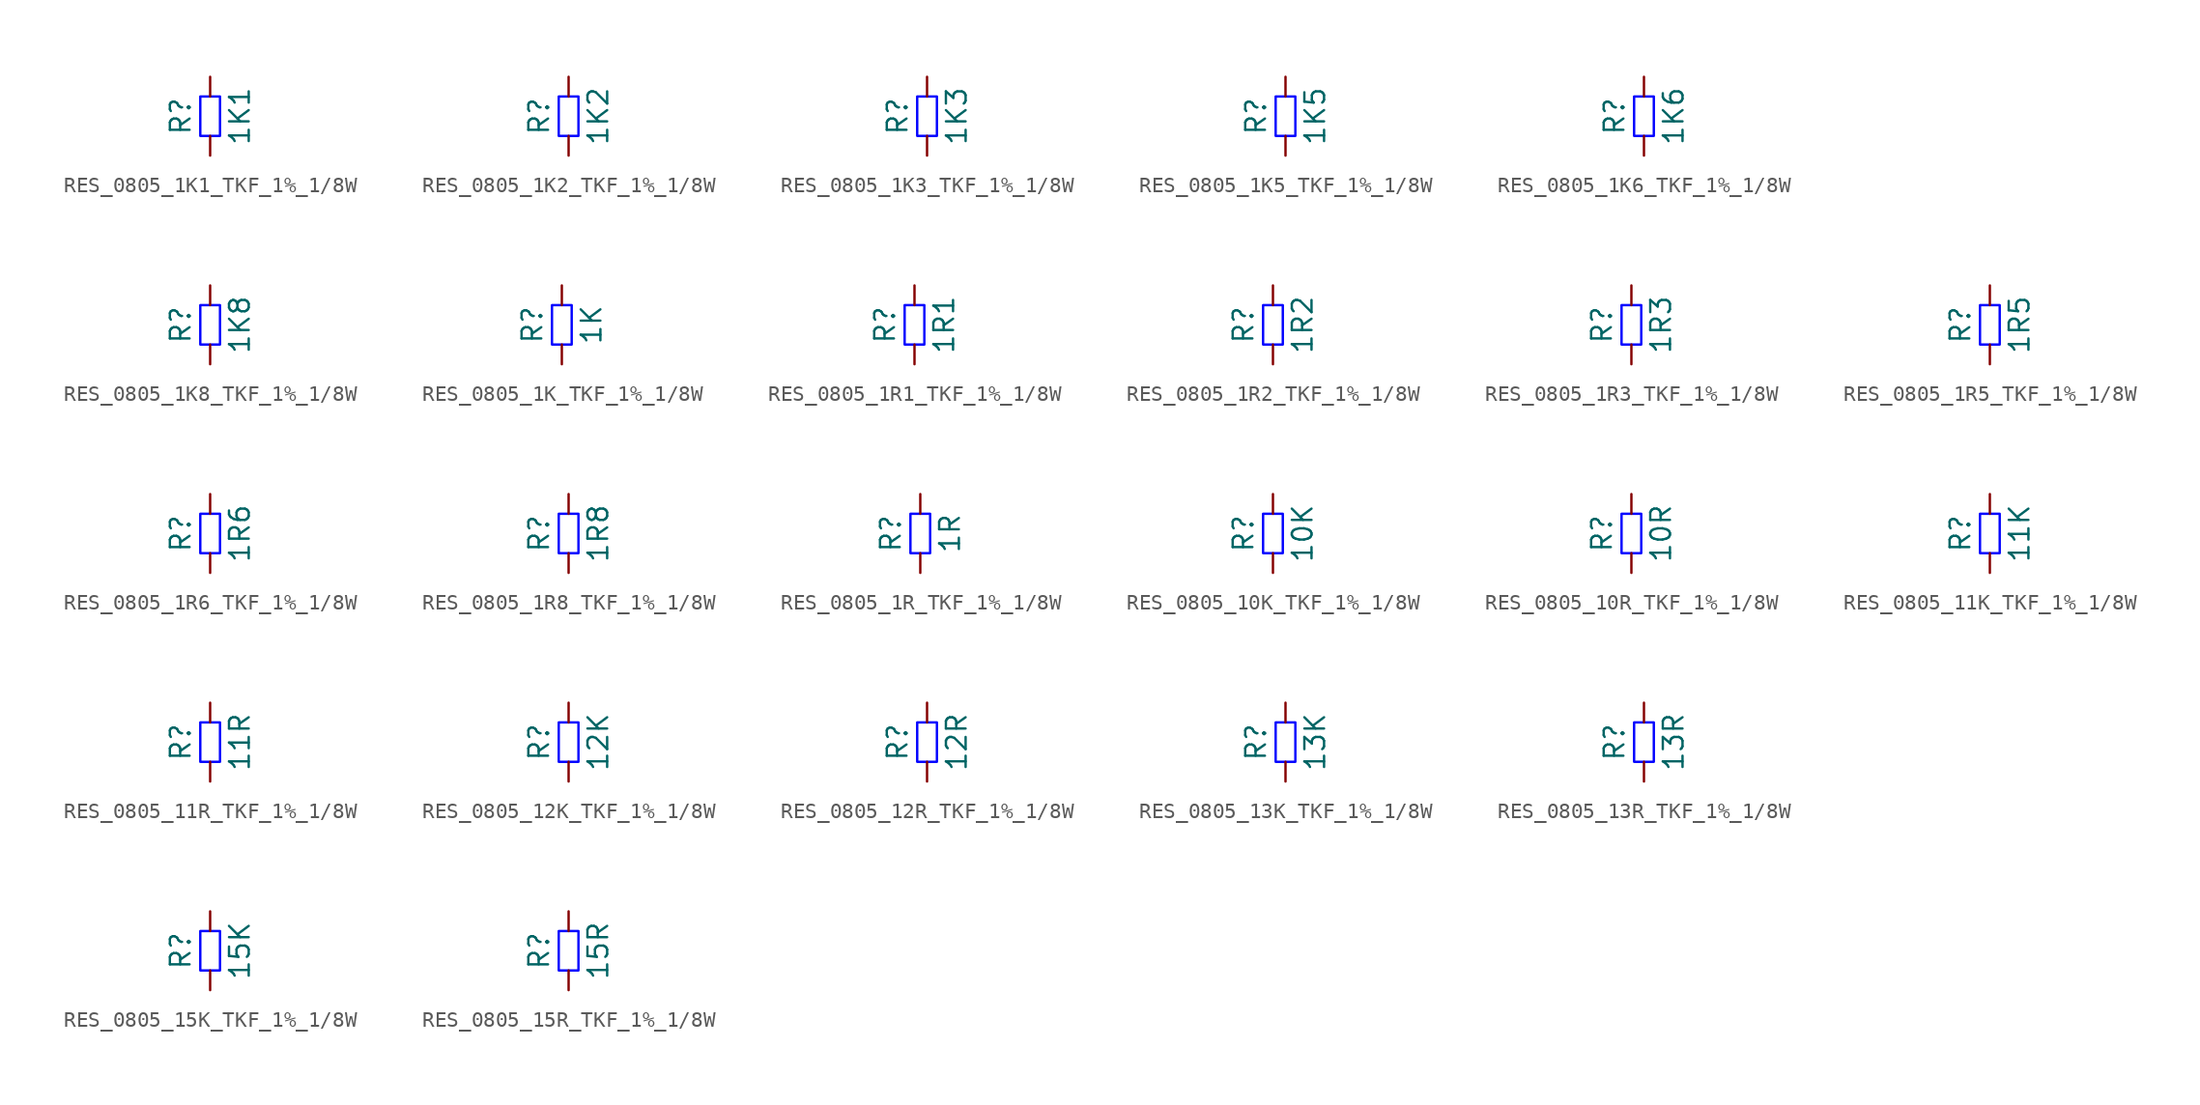
<source format=kicad_sym>
(kicad_symbol_lib
  (version 20220914)
  (generator kicad_symbol_editor)
  (symbol "RES_0805_1K1_TKF_1%_1/8W"
    (pin_numbers hide)
    (pin_names
      (offset 0) hide)
    (property "Reference" "R"
      (at -1.905 0 90)
      (do_not_autoplace)
      (effects (font (size 1.27 1.27))))
    (property "Value" "1K1"
      (at 1.905 0 90)
      (do_not_autoplace)
      (effects (font (size 1.27 1.27))))
    (symbol "RES_0805_1K1_TKF_1%_1/8W_1_1"
      (rectangle (start -0.635 -1.27) (end 0.635 1.27) (stroke (width 0) (type solid) (color 0 0 255 1)) (fill (type none)))
      (pin passive line (at 0 -2.54 90) (length 1.27) (name "~" (effects (font (size 1.27 1.27)))) (number "1" (effects (font (size 1.27 1.27)))))
      (pin passive line (at 0 2.54 270) (length 1.27) (name "~" (effects (font (size 1.27 1.27)))) (number "2" (effects (font (size 1.27 1.27)))))))
  (symbol "RES_0805_1K2_TKF_1%_1/8W"
    (pin_numbers hide)
    (pin_names
      (offset 0) hide)
    (property "Reference" "R"
      (at -1.905 0 90)
      (do_not_autoplace)
      (effects (font (size 1.27 1.27))))
    (property "Value" "1K2"
      (at 1.905 0 90)
      (do_not_autoplace)
      (effects (font (size 1.27 1.27))))
    (symbol "RES_0805_1K2_TKF_1%_1/8W_1_1"
      (rectangle (start -0.635 -1.27) (end 0.635 1.27) (stroke (width 0) (type solid) (color 0 0 255 1)) (fill (type none)))
      (pin passive line (at 0 -2.54 90) (length 1.27) (name "~" (effects (font (size 1.27 1.27)))) (number "1" (effects (font (size 1.27 1.27)))))
      (pin passive line (at 0 2.54 270) (length 1.27) (name "~" (effects (font (size 1.27 1.27)))) (number "2" (effects (font (size 1.27 1.27)))))))
  (symbol "RES_0805_1K3_TKF_1%_1/8W"
    (pin_numbers hide)
    (pin_names
      (offset 0) hide)
    (property "Reference" "R"
      (at -1.905 0 90)
      (do_not_autoplace)
      (effects (font (size 1.27 1.27))))
    (property "Value" "1K3"
      (at 1.905 0 90)
      (do_not_autoplace)
      (effects (font (size 1.27 1.27))))
    (symbol "RES_0805_1K3_TKF_1%_1/8W_1_1"
      (rectangle (start -0.635 -1.27) (end 0.635 1.27) (stroke (width 0) (type solid) (color 0 0 255 1)) (fill (type none)))
      (pin passive line (at 0 -2.54 90) (length 1.27) (name "~" (effects (font (size 1.27 1.27)))) (number "1" (effects (font (size 1.27 1.27)))))
      (pin passive line (at 0 2.54 270) (length 1.27) (name "~" (effects (font (size 1.27 1.27)))) (number "2" (effects (font (size 1.27 1.27)))))))
  (symbol "RES_0805_1K5_TKF_1%_1/8W"
    (pin_numbers hide)
    (pin_names
      (offset 0) hide)
    (property "Reference" "R"
      (at -1.905 0 90)
      (do_not_autoplace)
      (effects (font (size 1.27 1.27))))
    (property "Value" "1K5"
      (at 1.905 0 90)
      (do_not_autoplace)
      (effects (font (size 1.27 1.27))))
    (symbol "RES_0805_1K5_TKF_1%_1/8W_1_1"
      (rectangle (start -0.635 -1.27) (end 0.635 1.27) (stroke (width 0) (type solid) (color 0 0 255 1)) (fill (type none)))
      (pin passive line (at 0 -2.54 90) (length 1.27) (name "~" (effects (font (size 1.27 1.27)))) (number "1" (effects (font (size 1.27 1.27)))))
      (pin passive line (at 0 2.54 270) (length 1.27) (name "~" (effects (font (size 1.27 1.27)))) (number "2" (effects (font (size 1.27 1.27)))))))
  (symbol "RES_0805_1K6_TKF_1%_1/8W"
    (pin_numbers hide)
    (pin_names
      (offset 0) hide)
    (property "Reference" "R"
      (at -1.905 0 90)
      (do_not_autoplace)
      (effects (font (size 1.27 1.27))))
    (property "Value" "1K6"
      (at 1.905 0 90)
      (do_not_autoplace)
      (effects (font (size 1.27 1.27))))
    (symbol "RES_0805_1K6_TKF_1%_1/8W_1_1"
      (rectangle (start -0.635 -1.27) (end 0.635 1.27) (stroke (width 0) (type solid) (color 0 0 255 1)) (fill (type none)))
      (pin passive line (at 0 -2.54 90) (length 1.27) (name "~" (effects (font (size 1.27 1.27)))) (number "1" (effects (font (size 1.27 1.27)))))
      (pin passive line (at 0 2.54 270) (length 1.27) (name "~" (effects (font (size 1.27 1.27)))) (number "2" (effects (font (size 1.27 1.27)))))))
  (symbol "RES_0805_1K8_TKF_1%_1/8W"
    (pin_numbers hide)
    (pin_names
      (offset 0) hide)
    (property "Reference" "R"
      (at -1.905 0 90)
      (do_not_autoplace)
      (effects (font (size 1.27 1.27))))
    (property "Value" "1K8"
      (at 1.905 0 90)
      (do_not_autoplace)
      (effects (font (size 1.27 1.27))))
    (symbol "RES_0805_1K8_TKF_1%_1/8W_1_1"
      (rectangle (start -0.635 -1.27) (end 0.635 1.27) (stroke (width 0) (type solid) (color 0 0 255 1)) (fill (type none)))
      (pin passive line (at 0 -2.54 90) (length 1.27) (name "~" (effects (font (size 1.27 1.27)))) (number "1" (effects (font (size 1.27 1.27)))))
      (pin passive line (at 0 2.54 270) (length 1.27) (name "~" (effects (font (size 1.27 1.27)))) (number "2" (effects (font (size 1.27 1.27)))))))
  (symbol "RES_0805_1K_TKF_1%_1/8W"
    (pin_numbers hide)
    (pin_names
      (offset 0) hide)
    (property "Reference" "R"
      (at -1.905 0 90)
      (do_not_autoplace)
      (effects (font (size 1.27 1.27))))
    (property "Value" "1K"
      (at 1.905 0 90)
      (do_not_autoplace)
      (effects (font (size 1.27 1.27))))
    (symbol "RES_0805_1K_TKF_1%_1/8W_1_1"
      (rectangle (start -0.635 -1.27) (end 0.635 1.27) (stroke (width 0) (type solid) (color 0 0 255 1)) (fill (type none)))
      (pin passive line (at 0 -2.54 90) (length 1.27) (name "~" (effects (font (size 1.27 1.27)))) (number "1" (effects (font (size 1.27 1.27)))))
      (pin passive line (at 0 2.54 270) (length 1.27) (name "~" (effects (font (size 1.27 1.27)))) (number "2" (effects (font (size 1.27 1.27)))))))
  (symbol "RES_0805_1R1_TKF_1%_1/8W"
    (pin_numbers hide)
    (pin_names
      (offset 0) hide)
    (property "Reference" "R"
      (at -1.905 0 90)
      (do_not_autoplace)
      (effects (font (size 1.27 1.27))))
    (property "Value" "1R1"
      (at 1.905 0 90)
      (do_not_autoplace)
      (effects (font (size 1.27 1.27))))
    (symbol "RES_0805_1R1_TKF_1%_1/8W_1_1"
      (rectangle (start -0.635 -1.27) (end 0.635 1.27) (stroke (width 0) (type solid) (color 0 0 255 1)) (fill (type none)))
      (pin passive line (at 0 -2.54 90) (length 1.27) (name "~" (effects (font (size 1.27 1.27)))) (number "1" (effects (font (size 1.27 1.27)))))
      (pin passive line (at 0 2.54 270) (length 1.27) (name "~" (effects (font (size 1.27 1.27)))) (number "2" (effects (font (size 1.27 1.27)))))))
  (symbol "RES_0805_1R2_TKF_1%_1/8W"
    (pin_numbers hide)
    (pin_names
      (offset 0) hide)
    (property "Reference" "R"
      (at -1.905 0 90)
      (do_not_autoplace)
      (effects (font (size 1.27 1.27))))
    (property "Value" "1R2"
      (at 1.905 0 90)
      (do_not_autoplace)
      (effects (font (size 1.27 1.27))))
    (symbol "RES_0805_1R2_TKF_1%_1/8W_1_1"
      (rectangle (start -0.635 -1.27) (end 0.635 1.27) (stroke (width 0) (type solid) (color 0 0 255 1)) (fill (type none)))
      (pin passive line (at 0 -2.54 90) (length 1.27) (name "~" (effects (font (size 1.27 1.27)))) (number "1" (effects (font (size 1.27 1.27)))))
      (pin passive line (at 0 2.54 270) (length 1.27) (name "~" (effects (font (size 1.27 1.27)))) (number "2" (effects (font (size 1.27 1.27)))))))
  (symbol "RES_0805_1R3_TKF_1%_1/8W"
    (pin_numbers hide)
    (pin_names
      (offset 0) hide)
    (property "Reference" "R"
      (at -1.905 0 90)
      (do_not_autoplace)
      (effects (font (size 1.27 1.27))))
    (property "Value" "1R3"
      (at 1.905 0 90)
      (do_not_autoplace)
      (effects (font (size 1.27 1.27))))
    (symbol "RES_0805_1R3_TKF_1%_1/8W_1_1"
      (rectangle (start -0.635 -1.27) (end 0.635 1.27) (stroke (width 0) (type solid) (color 0 0 255 1)) (fill (type none)))
      (pin passive line (at 0 -2.54 90) (length 1.27) (name "~" (effects (font (size 1.27 1.27)))) (number "1" (effects (font (size 1.27 1.27)))))
      (pin passive line (at 0 2.54 270) (length 1.27) (name "~" (effects (font (size 1.27 1.27)))) (number "2" (effects (font (size 1.27 1.27)))))))
  (symbol "RES_0805_1R5_TKF_1%_1/8W"
    (pin_numbers hide)
    (pin_names
      (offset 0) hide)
    (property "Reference" "R"
      (at -1.905 0 90)
      (do_not_autoplace)
      (effects (font (size 1.27 1.27))))
    (property "Value" "1R5"
      (at 1.905 0 90)
      (do_not_autoplace)
      (effects (font (size 1.27 1.27))))
    (symbol "RES_0805_1R5_TKF_1%_1/8W_1_1"
      (rectangle (start -0.635 -1.27) (end 0.635 1.27) (stroke (width 0) (type solid) (color 0 0 255 1)) (fill (type none)))
      (pin passive line (at 0 -2.54 90) (length 1.27) (name "~" (effects (font (size 1.27 1.27)))) (number "1" (effects (font (size 1.27 1.27)))))
      (pin passive line (at 0 2.54 270) (length 1.27) (name "~" (effects (font (size 1.27 1.27)))) (number "2" (effects (font (size 1.27 1.27)))))))
  (symbol "RES_0805_1R6_TKF_1%_1/8W"
    (pin_numbers hide)
    (pin_names
      (offset 0) hide)
    (property "Reference" "R"
      (at -1.905 0 90)
      (do_not_autoplace)
      (effects (font (size 1.27 1.27))))
    (property "Value" "1R6"
      (at 1.905 0 90)
      (do_not_autoplace)
      (effects (font (size 1.27 1.27))))
    (symbol "RES_0805_1R6_TKF_1%_1/8W_1_1"
      (rectangle (start -0.635 -1.27) (end 0.635 1.27) (stroke (width 0) (type solid) (color 0 0 255 1)) (fill (type none)))
      (pin passive line (at 0 -2.54 90) (length 1.27) (name "~" (effects (font (size 1.27 1.27)))) (number "1" (effects (font (size 1.27 1.27)))))
      (pin passive line (at 0 2.54 270) (length 1.27) (name "~" (effects (font (size 1.27 1.27)))) (number "2" (effects (font (size 1.27 1.27)))))))
  (symbol "RES_0805_1R8_TKF_1%_1/8W"
    (pin_numbers hide)
    (pin_names
      (offset 0) hide)
    (property "Reference" "R"
      (at -1.905 0 90)
      (do_not_autoplace)
      (effects (font (size 1.27 1.27))))
    (property "Value" "1R8"
      (at 1.905 0 90)
      (do_not_autoplace)
      (effects (font (size 1.27 1.27))))
    (symbol "RES_0805_1R8_TKF_1%_1/8W_1_1"
      (rectangle (start -0.635 -1.27) (end 0.635 1.27) (stroke (width 0) (type solid) (color 0 0 255 1)) (fill (type none)))
      (pin passive line (at 0 -2.54 90) (length 1.27) (name "~" (effects (font (size 1.27 1.27)))) (number "1" (effects (font (size 1.27 1.27)))))
      (pin passive line (at 0 2.54 270) (length 1.27) (name "~" (effects (font (size 1.27 1.27)))) (number "2" (effects (font (size 1.27 1.27)))))))
  (symbol "RES_0805_1R_TKF_1%_1/8W"
    (pin_numbers hide)
    (pin_names
      (offset 0) hide)
    (property "Reference" "R"
      (at -1.905 0 90)
      (do_not_autoplace)
      (effects (font (size 1.27 1.27))))
    (property "Value" "1R"
      (at 1.905 0 90)
      (do_not_autoplace)
      (effects (font (size 1.27 1.27))))
    (symbol "RES_0805_1R_TKF_1%_1/8W_1_1"
      (rectangle (start -0.635 -1.27) (end 0.635 1.27) (stroke (width 0) (type solid) (color 0 0 255 1)) (fill (type none)))
      (pin passive line (at 0 -2.54 90) (length 1.27) (name "~" (effects (font (size 1.27 1.27)))) (number "1" (effects (font (size 1.27 1.27)))))
      (pin passive line (at 0 2.54 270) (length 1.27) (name "~" (effects (font (size 1.27 1.27)))) (number "2" (effects (font (size 1.27 1.27)))))))
  (symbol "RES_0805_10K_TKF_1%_1/8W"
    (pin_numbers hide)
    (pin_names
      (offset 0) hide)
    (property "Reference" "R"
      (at -1.905 0 90)
      (do_not_autoplace)
      (effects (font (size 1.27 1.27))))
    (property "Value" "10K"
      (at 1.905 0 90)
      (do_not_autoplace)
      (effects (font (size 1.27 1.27))))
    (symbol "RES_0805_10K_TKF_1%_1/8W_1_1"
      (rectangle (start -0.635 -1.27) (end 0.635 1.27) (stroke (width 0) (type solid) (color 0 0 255 1)) (fill (type none)))
      (pin passive line (at 0 -2.54 90) (length 1.27) (name "~" (effects (font (size 1.27 1.27)))) (number "1" (effects (font (size 1.27 1.27)))))
      (pin passive line (at 0 2.54 270) (length 1.27) (name "~" (effects (font (size 1.27 1.27)))) (number "2" (effects (font (size 1.27 1.27)))))))
  (symbol "RES_0805_10R_TKF_1%_1/8W"
    (pin_numbers hide)
    (pin_names
      (offset 0) hide)
    (property "Reference" "R"
      (at -1.905 0 90)
      (do_not_autoplace)
      (effects (font (size 1.27 1.27))))
    (property "Value" "10R"
      (at 1.905 0 90)
      (do_not_autoplace)
      (effects (font (size 1.27 1.27))))
    (symbol "RES_0805_10R_TKF_1%_1/8W_1_1"
      (rectangle (start -0.635 -1.27) (end 0.635 1.27) (stroke (width 0) (type solid) (color 0 0 255 1)) (fill (type none)))
      (pin passive line (at 0 -2.54 90) (length 1.27) (name "~" (effects (font (size 1.27 1.27)))) (number "1" (effects (font (size 1.27 1.27)))))
      (pin passive line (at 0 2.54 270) (length 1.27) (name "~" (effects (font (size 1.27 1.27)))) (number "2" (effects (font (size 1.27 1.27)))))))
  (symbol "RES_0805_11K_TKF_1%_1/8W"
    (pin_numbers hide)
    (pin_names
      (offset 0) hide)
    (property "Reference" "R"
      (at -1.905 0 90)
      (do_not_autoplace)
      (effects (font (size 1.27 1.27))))
    (property "Value" "11K"
      (at 1.905 0 90)
      (do_not_autoplace)
      (effects (font (size 1.27 1.27))))
    (symbol "RES_0805_11K_TKF_1%_1/8W_1_1"
      (rectangle (start -0.635 -1.27) (end 0.635 1.27) (stroke (width 0) (type solid) (color 0 0 255 1)) (fill (type none)))
      (pin passive line (at 0 -2.54 90) (length 1.27) (name "~" (effects (font (size 1.27 1.27)))) (number "1" (effects (font (size 1.27 1.27)))))
      (pin passive line (at 0 2.54 270) (length 1.27) (name "~" (effects (font (size 1.27 1.27)))) (number "2" (effects (font (size 1.27 1.27)))))))
  (symbol "RES_0805_11R_TKF_1%_1/8W"
    (pin_numbers hide)
    (pin_names
      (offset 0) hide)
    (property "Reference" "R"
      (at -1.905 0 90)
      (do_not_autoplace)
      (effects (font (size 1.27 1.27))))
    (property "Value" "11R"
      (at 1.905 0 90)
      (do_not_autoplace)
      (effects (font (size 1.27 1.27))))
    (symbol "RES_0805_11R_TKF_1%_1/8W_1_1"
      (rectangle (start -0.635 -1.27) (end 0.635 1.27) (stroke (width 0) (type solid) (color 0 0 255 1)) (fill (type none)))
      (pin passive line (at 0 -2.54 90) (length 1.27) (name "~" (effects (font (size 1.27 1.27)))) (number "1" (effects (font (size 1.27 1.27)))))
      (pin passive line (at 0 2.54 270) (length 1.27) (name "~" (effects (font (size 1.27 1.27)))) (number "2" (effects (font (size 1.27 1.27)))))))
  (symbol "RES_0805_12K_TKF_1%_1/8W"
    (pin_numbers hide)
    (pin_names
      (offset 0) hide)
    (property "Reference" "R"
      (at -1.905 0 90)
      (do_not_autoplace)
      (effects (font (size 1.27 1.27))))
    (property "Value" "12K"
      (at 1.905 0 90)
      (do_not_autoplace)
      (effects (font (size 1.27 1.27))))
    (symbol "RES_0805_12K_TKF_1%_1/8W_1_1"
      (rectangle (start -0.635 -1.27) (end 0.635 1.27) (stroke (width 0) (type solid) (color 0 0 255 1)) (fill (type none)))
      (pin passive line (at 0 -2.54 90) (length 1.27) (name "~" (effects (font (size 1.27 1.27)))) (number "1" (effects (font (size 1.27 1.27)))))
      (pin passive line (at 0 2.54 270) (length 1.27) (name "~" (effects (font (size 1.27 1.27)))) (number "2" (effects (font (size 1.27 1.27)))))))
  (symbol "RES_0805_12R_TKF_1%_1/8W"
    (pin_numbers hide)
    (pin_names
      (offset 0) hide)
    (property "Reference" "R"
      (at -1.905 0 90)
      (do_not_autoplace)
      (effects (font (size 1.27 1.27))))
    (property "Value" "12R"
      (at 1.905 0 90)
      (do_not_autoplace)
      (effects (font (size 1.27 1.27))))
    (symbol "RES_0805_12R_TKF_1%_1/8W_1_1"
      (rectangle (start -0.635 -1.27) (end 0.635 1.27) (stroke (width 0) (type solid) (color 0 0 255 1)) (fill (type none)))
      (pin passive line (at 0 -2.54 90) (length 1.27) (name "~" (effects (font (size 1.27 1.27)))) (number "1" (effects (font (size 1.27 1.27)))))
      (pin passive line (at 0 2.54 270) (length 1.27) (name "~" (effects (font (size 1.27 1.27)))) (number "2" (effects (font (size 1.27 1.27)))))))
  (symbol "RES_0805_13K_TKF_1%_1/8W"
    (pin_numbers hide)
    (pin_names
      (offset 0) hide)
    (property "Reference" "R"
      (at -1.905 0 90)
      (do_not_autoplace)
      (effects (font (size 1.27 1.27))))
    (property "Value" "13K"
      (at 1.905 0 90)
      (do_not_autoplace)
      (effects (font (size 1.27 1.27))))
    (symbol "RES_0805_13K_TKF_1%_1/8W_1_1"
      (rectangle (start -0.635 -1.27) (end 0.635 1.27) (stroke (width 0) (type solid) (color 0 0 255 1)) (fill (type none)))
      (pin passive line (at 0 -2.54 90) (length 1.27) (name "~" (effects (font (size 1.27 1.27)))) (number "1" (effects (font (size 1.27 1.27)))))
      (pin passive line (at 0 2.54 270) (length 1.27) (name "~" (effects (font (size 1.27 1.27)))) (number "2" (effects (font (size 1.27 1.27)))))))
  (symbol "RES_0805_13R_TKF_1%_1/8W"
    (pin_numbers hide)
    (pin_names
      (offset 0) hide)
    (property "Reference" "R"
      (at -1.905 0 90)
      (do_not_autoplace)
      (effects (font (size 1.27 1.27))))
    (property "Value" "13R"
      (at 1.905 0 90)
      (do_not_autoplace)
      (effects (font (size 1.27 1.27))))
    (symbol "RES_0805_13R_TKF_1%_1/8W_1_1"
      (rectangle (start -0.635 -1.27) (end 0.635 1.27) (stroke (width 0) (type solid) (color 0 0 255 1)) (fill (type none)))
      (pin passive line (at 0 -2.54 90) (length 1.27) (name "~" (effects (font (size 1.27 1.27)))) (number "1" (effects (font (size 1.27 1.27)))))
      (pin passive line (at 0 2.54 270) (length 1.27) (name "~" (effects (font (size 1.27 1.27)))) (number "2" (effects (font (size 1.27 1.27)))))))
  (symbol "RES_0805_15K_TKF_1%_1/8W"
    (pin_numbers hide)
    (pin_names
      (offset 0) hide)
    (property "Reference" "R"
      (at -1.905 0 90)
      (do_not_autoplace)
      (effects (font (size 1.27 1.27))))
    (property "Value" "15K"
      (at 1.905 0 90)
      (do_not_autoplace)
      (effects (font (size 1.27 1.27))))
    (symbol "RES_0805_15K_TKF_1%_1/8W_1_1"
      (rectangle (start -0.635 -1.27) (end 0.635 1.27) (stroke (width 0) (type solid) (color 0 0 255 1)) (fill (type none)))
      (pin passive line (at 0 -2.54 90) (length 1.27) (name "~" (effects (font (size 1.27 1.27)))) (number "1" (effects (font (size 1.27 1.27)))))
      (pin passive line (at 0 2.54 270) (length 1.27) (name "~" (effects (font (size 1.27 1.27)))) (number "2" (effects (font (size 1.27 1.27)))))))
  (symbol "RES_0805_15R_TKF_1%_1/8W"
    (pin_numbers hide)
    (pin_names
      (offset 0) hide)
    (property "Reference" "R"
      (at -1.905 0 90)
      (do_not_autoplace)
      (effects (font (size 1.27 1.27))))
    (property "Value" "15R"
      (at 1.905 0 90)
      (do_not_autoplace)
      (effects (font (size 1.27 1.27))))
    (symbol "RES_0805_15R_TKF_1%_1/8W_1_1"
      (rectangle (start -0.635 -1.27) (end 0.635 1.27) (stroke (width 0) (type solid) (color 0 0 255 1)) (fill (type none)))
      (pin passive line (at 0 -2.54 90) (length 1.27) (name "~" (effects (font (size 1.27 1.27)))) (number "1" (effects (font (size 1.27 1.27)))))
      (pin passive line (at 0 2.54 270) (length 1.27) (name "~" (effects (font (size 1.27 1.27)))) (number "2" (effects (font (size 1.27 1.27))))))))
</source>
